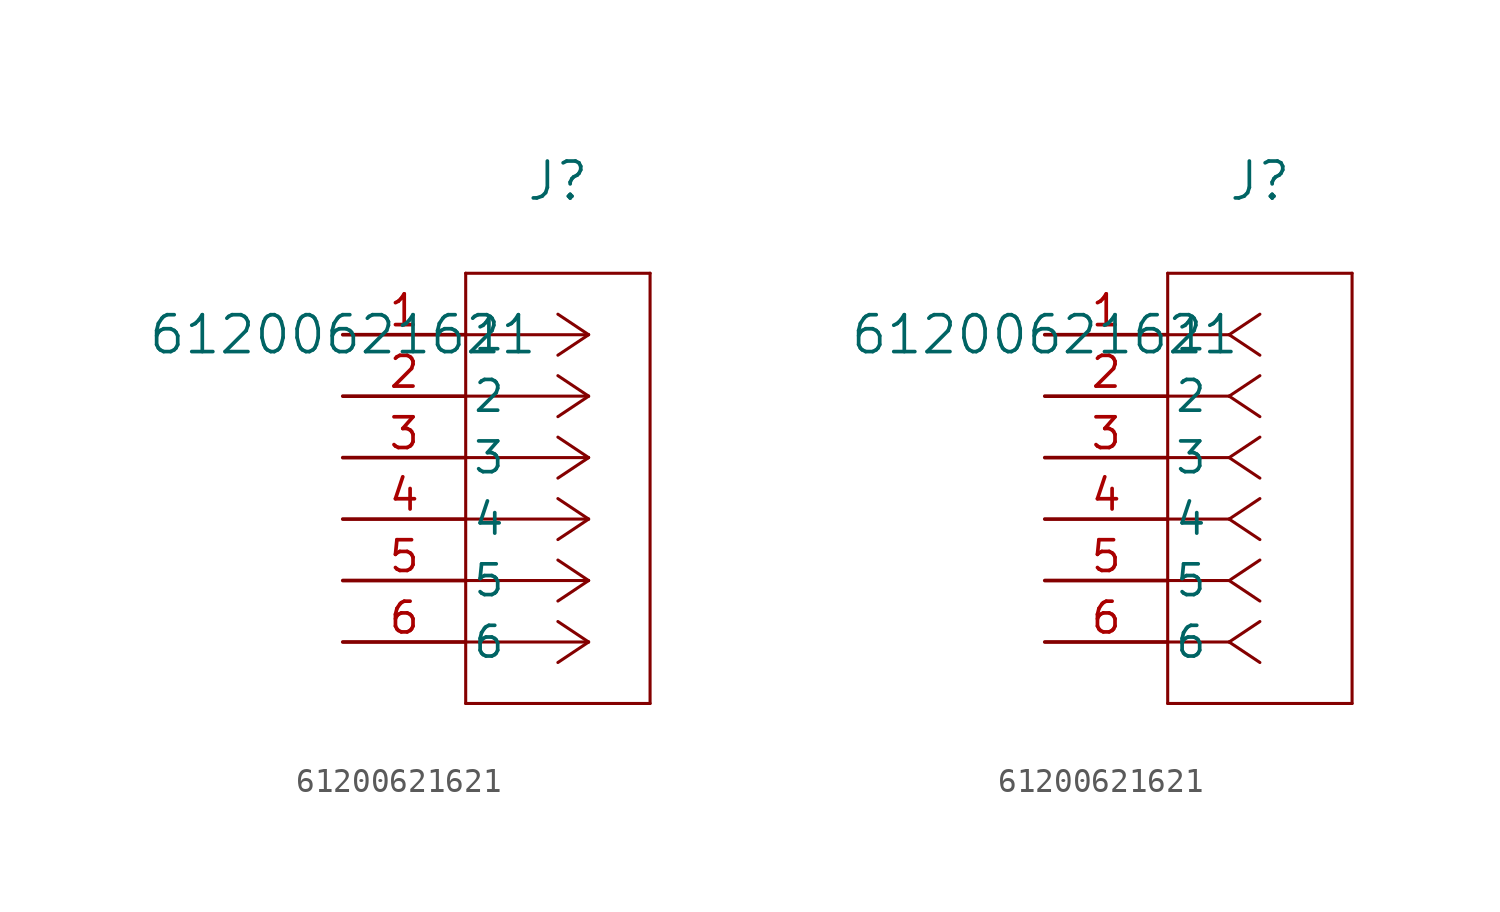
<source format=kicad_sym>
(kicad_symbol_lib
  (version 20211014)
  (generator kicad_symbol_editor)
  (symbol "61200621621"
    (pin_names
      (offset 0.254))
    (property "Reference" "J"
      (at 8.89 6.35 0)
      (effects (font (size 1.524 1.524))))
    (property "Value" "61200621621"
      (at 0 0 0)
      (effects (font (size 1.524 1.524))))
    (symbol "61200621621_1_1"
      (polyline (pts (xy 10.16 0) (xy 5.08 0)) (stroke (width 0.127) (type default) (color 0 0 0 0)) (fill (type none)))
      (polyline (pts (xy 10.16 -2.54) (xy 5.08 -2.54)) (stroke (width 0.127) (type default) (color 0 0 0 0)) (fill (type none)))
      (polyline (pts (xy 10.16 -5.08) (xy 5.08 -5.08)) (stroke (width 0.127) (type default) (color 0 0 0 0)) (fill (type none)))
      (polyline (pts (xy 10.16 -7.62) (xy 5.08 -7.62)) (stroke (width 0.127) (type default) (color 0 0 0 0)) (fill (type none)))
      (polyline (pts (xy 10.16 -10.16) (xy 5.08 -10.16)) (stroke (width 0.127) (type default) (color 0 0 0 0)) (fill (type none)))
      (polyline (pts (xy 10.16 -12.7) (xy 5.08 -12.7)) (stroke (width 0.127) (type default) (color 0 0 0 0)) (fill (type none)))
      (polyline (pts (xy 10.16 0) (xy 8.89 0.847)) (stroke (width 0.127) (type default) (color 0 0 0 0)) (fill (type none)))
      (polyline (pts (xy 10.16 -2.54) (xy 8.89 -1.693)) (stroke (width 0.127) (type default) (color 0 0 0 0)) (fill (type none)))
      (polyline (pts (xy 10.16 -5.08) (xy 8.89 -4.233)) (stroke (width 0.127) (type default) (color 0 0 0 0)) (fill (type none)))
      (polyline (pts (xy 10.16 -7.62) (xy 8.89 -6.773)) (stroke (width 0.127) (type default) (color 0 0 0 0)) (fill (type none)))
      (polyline (pts (xy 10.16 -10.16) (xy 8.89 -9.313)) (stroke (width 0.127) (type default) (color 0 0 0 0)) (fill (type none)))
      (polyline (pts (xy 10.16 -12.7) (xy 8.89 -11.853)) (stroke (width 0.127) (type default) (color 0 0 0 0)) (fill (type none)))
      (polyline (pts (xy 10.16 0) (xy 8.89 -0.847)) (stroke (width 0.127) (type default) (color 0 0 0 0)) (fill (type none)))
      (polyline (pts (xy 10.16 -2.54) (xy 8.89 -3.387)) (stroke (width 0.127) (type default) (color 0 0 0 0)) (fill (type none)))
      (polyline (pts (xy 10.16 -5.08) (xy 8.89 -5.927)) (stroke (width 0.127) (type default) (color 0 0 0 0)) (fill (type none)))
      (polyline (pts (xy 10.16 -7.62) (xy 8.89 -8.467)) (stroke (width 0.127) (type default) (color 0 0 0 0)) (fill (type none)))
      (polyline (pts (xy 10.16 -10.16) (xy 8.89 -11.007)) (stroke (width 0.127) (type default) (color 0 0 0 0)) (fill (type none)))
      (polyline (pts (xy 10.16 -12.7) (xy 8.89 -13.547)) (stroke (width 0.127) (type default) (color 0 0 0 0)) (fill (type none)))
      (polyline (pts (xy 5.08 2.54) (xy 5.08 -15.24)) (stroke (width 0.127) (type default) (color 0 0 0 0)) (fill (type none)))
      (polyline (pts (xy 5.08 -15.24) (xy 12.7 -15.24)) (stroke (width 0.127) (type default) (color 0 0 0 0)) (fill (type none)))
      (polyline (pts (xy 12.7 -15.24) (xy 12.7 2.54)) (stroke (width 0.127) (type default) (color 0 0 0 0)) (fill (type none)))
      (polyline (pts (xy 12.7 2.54) (xy 5.08 2.54)) (stroke (width 0.127) (type default) (color 0 0 0 0)) (fill (type none)))
      (pin unspecified line (at 0 0 0) (length 5.08) (name "1" (effects (font (size 1.27 1.27)))) (number "1" (effects (font (size 1.27 1.27)))))
      (pin unspecified line (at 0 -2.54 0) (length 5.08) (name "2" (effects (font (size 1.27 1.27)))) (number "2" (effects (font (size 1.27 1.27)))))
      (pin unspecified line (at 0 -5.08 0) (length 5.08) (name "3" (effects (font (size 1.27 1.27)))) (number "3" (effects (font (size 1.27 1.27)))))
      (pin unspecified line (at 0 -7.62 0) (length 5.08) (name "4" (effects (font (size 1.27 1.27)))) (number "4" (effects (font (size 1.27 1.27)))))
      (pin unspecified line (at 0 -10.16 0) (length 5.08) (name "5" (effects (font (size 1.27 1.27)))) (number "5" (effects (font (size 1.27 1.27)))))
      (pin unspecified line (at 0 -12.7 0) (length 5.08) (name "6" (effects (font (size 1.27 1.27)))) (number "6" (effects (font (size 1.27 1.27))))))
    (symbol "61200621621_1_2"
      (polyline (pts (xy 7.62 0) (xy 5.08 0)) (stroke (width 0.127) (type default) (color 0 0 0 0)) (fill (type none)))
      (polyline (pts (xy 7.62 -2.54) (xy 5.08 -2.54)) (stroke (width 0.127) (type default) (color 0 0 0 0)) (fill (type none)))
      (polyline (pts (xy 7.62 -5.08) (xy 5.08 -5.08)) (stroke (width 0.127) (type default) (color 0 0 0 0)) (fill (type none)))
      (polyline (pts (xy 7.62 -7.62) (xy 5.08 -7.62)) (stroke (width 0.127) (type default) (color 0 0 0 0)) (fill (type none)))
      (polyline (pts (xy 7.62 -10.16) (xy 5.08 -10.16)) (stroke (width 0.127) (type default) (color 0 0 0 0)) (fill (type none)))
      (polyline (pts (xy 7.62 -12.7) (xy 5.08 -12.7)) (stroke (width 0.127) (type default) (color 0 0 0 0)) (fill (type none)))
      (polyline (pts (xy 7.62 0) (xy 8.89 0.847)) (stroke (width 0.127) (type default) (color 0 0 0 0)) (fill (type none)))
      (polyline (pts (xy 7.62 -2.54) (xy 8.89 -1.693)) (stroke (width 0.127) (type default) (color 0 0 0 0)) (fill (type none)))
      (polyline (pts (xy 7.62 -5.08) (xy 8.89 -4.233)) (stroke (width 0.127) (type default) (color 0 0 0 0)) (fill (type none)))
      (polyline (pts (xy 7.62 -7.62) (xy 8.89 -6.773)) (stroke (width 0.127) (type default) (color 0 0 0 0)) (fill (type none)))
      (polyline (pts (xy 7.62 -10.16) (xy 8.89 -9.313)) (stroke (width 0.127) (type default) (color 0 0 0 0)) (fill (type none)))
      (polyline (pts (xy 7.62 -12.7) (xy 8.89 -11.853)) (stroke (width 0.127) (type default) (color 0 0 0 0)) (fill (type none)))
      (polyline (pts (xy 7.62 0) (xy 8.89 -0.847)) (stroke (width 0.127) (type default) (color 0 0 0 0)) (fill (type none)))
      (polyline (pts (xy 7.62 -2.54) (xy 8.89 -3.387)) (stroke (width 0.127) (type default) (color 0 0 0 0)) (fill (type none)))
      (polyline (pts (xy 7.62 -5.08) (xy 8.89 -5.927)) (stroke (width 0.127) (type default) (color 0 0 0 0)) (fill (type none)))
      (polyline (pts (xy 7.62 -7.62) (xy 8.89 -8.467)) (stroke (width 0.127) (type default) (color 0 0 0 0)) (fill (type none)))
      (polyline (pts (xy 7.62 -10.16) (xy 8.89 -11.007)) (stroke (width 0.127) (type default) (color 0 0 0 0)) (fill (type none)))
      (polyline (pts (xy 7.62 -12.7) (xy 8.89 -13.547)) (stroke (width 0.127) (type default) (color 0 0 0 0)) (fill (type none)))
      (polyline (pts (xy 5.08 2.54) (xy 5.08 -15.24)) (stroke (width 0.127) (type default) (color 0 0 0 0)) (fill (type none)))
      (polyline (pts (xy 5.08 -15.24) (xy 12.7 -15.24)) (stroke (width 0.127) (type default) (color 0 0 0 0)) (fill (type none)))
      (polyline (pts (xy 12.7 -15.24) (xy 12.7 2.54)) (stroke (width 0.127) (type default) (color 0 0 0 0)) (fill (type none)))
      (polyline (pts (xy 12.7 2.54) (xy 5.08 2.54)) (stroke (width 0.127) (type default) (color 0 0 0 0)) (fill (type none)))
      (pin unspecified line (at 0 0 0) (length 5.08) (name "1" (effects (font (size 1.27 1.27)))) (number "1" (effects (font (size 1.27 1.27)))))
      (pin unspecified line (at 0 -2.54 0) (length 5.08) (name "2" (effects (font (size 1.27 1.27)))) (number "2" (effects (font (size 1.27 1.27)))))
      (pin unspecified line (at 0 -5.08 0) (length 5.08) (name "3" (effects (font (size 1.27 1.27)))) (number "3" (effects (font (size 1.27 1.27)))))
      (pin unspecified line (at 0 -7.62 0) (length 5.08) (name "4" (effects (font (size 1.27 1.27)))) (number "4" (effects (font (size 1.27 1.27)))))
      (pin unspecified line (at 0 -10.16 0) (length 5.08) (name "5" (effects (font (size 1.27 1.27)))) (number "5" (effects (font (size 1.27 1.27)))))
      (pin unspecified line (at 0 -12.7 0) (length 5.08) (name "6" (effects (font (size 1.27 1.27)))) (number "6" (effects (font (size 1.27 1.27))))))))
</source>
